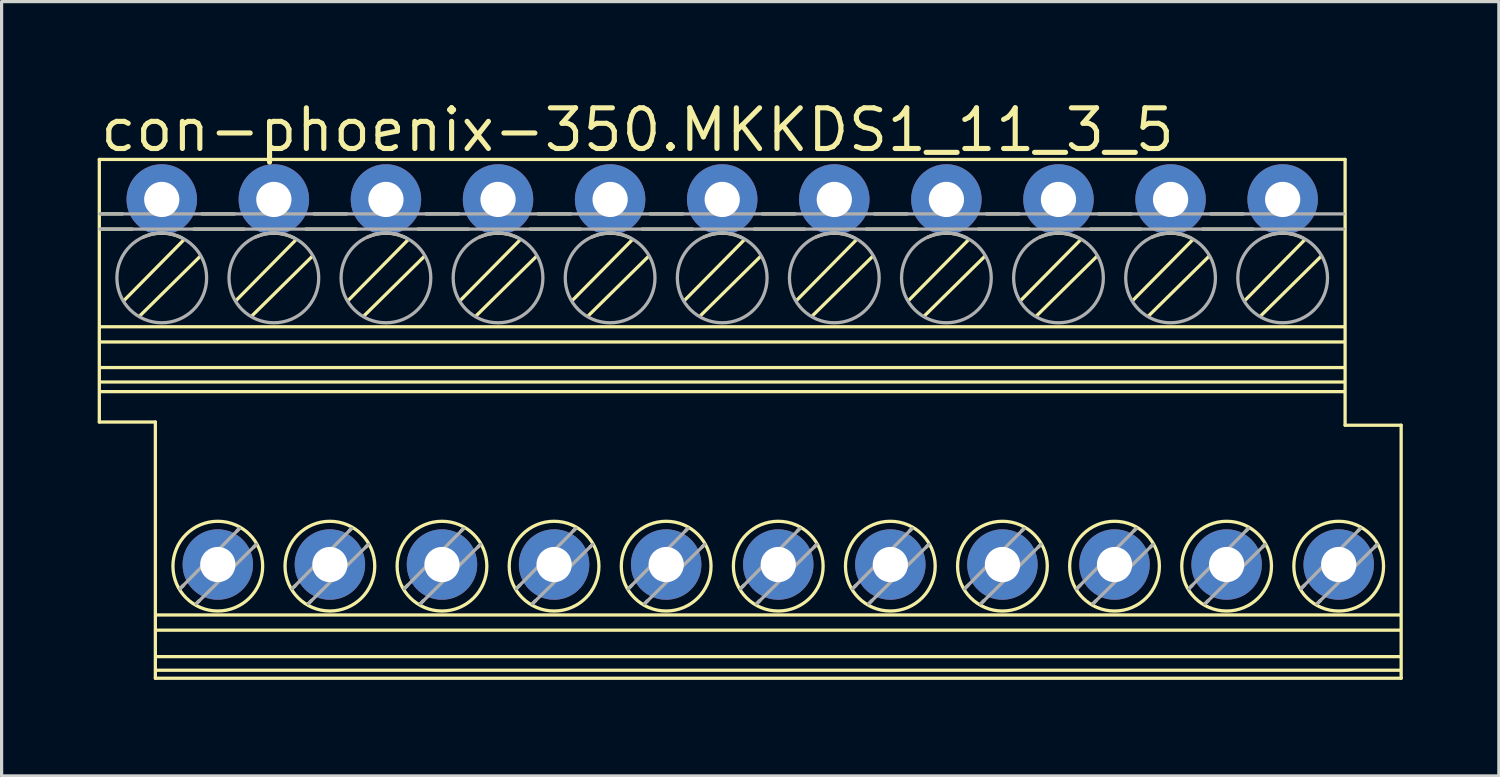
<source format=kicad_pcb>
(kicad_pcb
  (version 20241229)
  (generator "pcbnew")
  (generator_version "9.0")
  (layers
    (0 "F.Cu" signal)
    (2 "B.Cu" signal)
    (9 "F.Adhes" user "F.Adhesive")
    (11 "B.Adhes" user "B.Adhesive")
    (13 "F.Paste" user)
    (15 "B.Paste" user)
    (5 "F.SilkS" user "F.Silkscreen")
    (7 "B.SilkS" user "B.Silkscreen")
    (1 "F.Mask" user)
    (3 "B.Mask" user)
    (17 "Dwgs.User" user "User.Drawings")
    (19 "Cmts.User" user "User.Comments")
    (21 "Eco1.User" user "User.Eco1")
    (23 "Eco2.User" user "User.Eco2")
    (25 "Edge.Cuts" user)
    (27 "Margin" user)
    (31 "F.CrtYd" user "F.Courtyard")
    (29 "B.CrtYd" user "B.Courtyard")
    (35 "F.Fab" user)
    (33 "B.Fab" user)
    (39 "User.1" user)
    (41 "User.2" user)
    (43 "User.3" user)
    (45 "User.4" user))
  (footprint "con-phoenix-350.MKKDS1_11_3_5"
    (layer "F.Cu")
    (at 19.501 10.028)
    (property "Reference" "con-phoenix-350.MKKDS1_11_3_5" (at -19.501 -8.278 0) (layer "F.SilkS") (effects (font (size 1.27 1.27) (thickness 0.16)) (justify left bottom)))
    (attr through_hole)
    (fp_line (start -19.45 -8.1) (end 19.45 -8.1) (stroke (width 0.102) (type default)) (layer "F.SilkS"))
    (fp_line (start -19.45 0.1) (end -19.45 -8.1) (stroke (width 0.102) (type default)) (layer "F.SilkS"))
    (fp_line (start -19.425 -6.4) (end -18.725 -6.4) (stroke (width 0.102) (type default)) (layer "F.SilkS"))
    (fp_line (start -19.425 -5.925) (end -18.425 -5.925) (stroke (width 0.102) (type default)) (layer "F.SilkS"))
    (fp_line (start -19.4 -2.875) (end 19.425 -2.875) (stroke (width 0.102) (type default)) (layer "F.SilkS"))
    (fp_line (start -19.4 -2.4) (end 19.425 -2.4) (stroke (width 0.102) (type default)) (layer "F.SilkS"))
    (fp_line (start -19.4 -1.6) (end 19.425 -1.6) (stroke (width 0.102) (type default)) (layer "F.SilkS"))
    (fp_line (start -19.4 -0.85) (end 19.425 -0.85) (stroke (width 0.102) (type default)) (layer "F.SilkS"))
    (fp_line (start -18.675 -3.7) (end -16.825 -5.575) (stroke (width 0.102) (type default)) (layer "F.SilkS"))
    (fp_line (start -18.175 -3.225) (end -16.3 -5.075) (stroke (width 0.102) (type default)) (layer "F.SilkS"))
    (fp_line (start -17.7 0.1) (end -19.45 0.1) (stroke (width 0.102) (type default)) (layer "F.SilkS"))
    (fp_line (start -17.7 8.1) (end -17.7 0.1) (stroke (width 0.102) (type default)) (layer "F.SilkS"))
    (fp_line (start -17.65 6.125) (end 21.175 6.125) (stroke (width 0.102) (type default)) (layer "F.SilkS"))
    (fp_line (start -17.65 6.6) (end 21.175 6.6) (stroke (width 0.102) (type default)) (layer "F.SilkS"))
    (fp_line (start -17.65 7.425) (end 21.175 7.425) (stroke (width 0.102) (type default)) (layer "F.SilkS"))
    (fp_line (start -17.65 7.85) (end 21.175 7.85) (stroke (width 0.102) (type default)) (layer "F.SilkS"))
    (fp_line (start -16.925 5.3) (end -16.825 5.2) (stroke (width 0.102) (type default)) (layer "F.SilkS"))
    (fp_line (start -16.5 -5.925) (end -14.925 -5.925) (stroke (width 0.102) (type default)) (layer "F.SilkS"))
    (fp_line (start -16.425 5.775) (end -16.325 5.675) (stroke (width 0.102) (type default)) (layer "F.SilkS"))
    (fp_line (start -16.25 -6.4) (end -15.225 -6.4) (stroke (width 0.102) (type default)) (layer "F.SilkS"))
    (fp_line (start -15.175 -3.7) (end -13.325 -5.575) (stroke (width 0.102) (type default)) (layer "F.SilkS"))
    (fp_line (start -15.15 3.5) (end -15.075 3.425) (stroke (width 0.102) (type default)) (layer "F.SilkS"))
    (fp_line (start -14.675 -3.225) (end -12.8 -5.075) (stroke (width 0.102) (type default)) (layer "F.SilkS"))
    (fp_line (start -14.625 4) (end -14.55 3.925) (stroke (width 0.102) (type default)) (layer "F.SilkS"))
    (fp_line (start -13.425 5.3) (end -13.325 5.2) (stroke (width 0.102) (type default)) (layer "F.SilkS"))
    (fp_line (start -13 -5.925) (end -11.425 -5.925) (stroke (width 0.102) (type default)) (layer "F.SilkS"))
    (fp_line (start -12.925 5.775) (end -12.825 5.675) (stroke (width 0.102) (type default)) (layer "F.SilkS"))
    (fp_line (start -12.75 -6.4) (end -11.725 -6.4) (stroke (width 0.102) (type default)) (layer "F.SilkS"))
    (fp_line (start -11.675 -3.7) (end -9.825 -5.575) (stroke (width 0.102) (type default)) (layer "F.SilkS"))
    (fp_line (start -11.65 3.5) (end -11.575 3.425) (stroke (width 0.102) (type default)) (layer "F.SilkS"))
    (fp_line (start -11.175 -3.225) (end -9.3 -5.075) (stroke (width 0.102) (type default)) (layer "F.SilkS"))
    (fp_line (start -11.125 4) (end -11.05 3.925) (stroke (width 0.102) (type default)) (layer "F.SilkS"))
    (fp_line (start -9.925 5.3) (end -9.825 5.2) (stroke (width 0.102) (type default)) (layer "F.SilkS"))
    (fp_line (start -9.5 -5.925) (end -7.925 -5.925) (stroke (width 0.102) (type default)) (layer "F.SilkS"))
    (fp_line (start -9.425 5.775) (end -9.325 5.675) (stroke (width 0.102) (type default)) (layer "F.SilkS"))
    (fp_line (start -9.25 -6.4) (end -8.225 -6.4) (stroke (width 0.102) (type default)) (layer "F.SilkS"))
    (fp_line (start -8.175 -3.7) (end -6.325 -5.575) (stroke (width 0.102) (type default)) (layer "F.SilkS"))
    (fp_line (start -8.15 3.5) (end -8.075 3.425) (stroke (width 0.102) (type default)) (layer "F.SilkS"))
    (fp_line (start -7.675 -3.225) (end -5.8 -5.075) (stroke (width 0.102) (type default)) (layer "F.SilkS"))
    (fp_line (start -7.625 4) (end -7.55 3.925) (stroke (width 0.102) (type default)) (layer "F.SilkS"))
    (fp_line (start -6.425 5.3) (end -6.325 5.2) (stroke (width 0.102) (type default)) (layer "F.SilkS"))
    (fp_line (start -6 -5.925) (end -4.425 -5.925) (stroke (width 0.102) (type default)) (layer "F.SilkS"))
    (fp_line (start -5.925 5.775) (end -5.825 5.675) (stroke (width 0.102) (type default)) (layer "F.SilkS"))
    (fp_line (start -5.75 -6.4) (end -4.725 -6.4) (stroke (width 0.102) (type default)) (layer "F.SilkS"))
    (fp_line (start -4.675 -3.7) (end -2.825 -5.575) (stroke (width 0.102) (type default)) (layer "F.SilkS"))
    (fp_line (start -4.65 3.5) (end -4.575 3.425) (stroke (width 0.102) (type default)) (layer "F.SilkS"))
    (fp_line (start -4.175 -3.225) (end -2.3 -5.075) (stroke (width 0.102) (type default)) (layer "F.SilkS"))
    (fp_line (start -4.125 4) (end -4.05 3.925) (stroke (width 0.102) (type default)) (layer "F.SilkS"))
    (fp_line (start -2.925 5.3) (end -2.825 5.2) (stroke (width 0.102) (type default)) (layer "F.SilkS"))
    (fp_line (start -2.5 -5.925) (end -0.925 -5.925) (stroke (width 0.102) (type default)) (layer "F.SilkS"))
    (fp_line (start -2.425 5.775) (end -2.325 5.675) (stroke (width 0.102) (type default)) (layer "F.SilkS"))
    (fp_line (start -2.25 -6.4) (end -1.225 -6.4) (stroke (width 0.102) (type default)) (layer "F.SilkS"))
    (fp_line (start -1.175 -3.7) (end 0.675 -5.575) (stroke (width 0.102) (type default)) (layer "F.SilkS"))
    (fp_line (start -1.15 3.5) (end -1.075 3.425) (stroke (width 0.102) (type default)) (layer "F.SilkS"))
    (fp_line (start -0.675 -3.225) (end 1.2 -5.075) (stroke (width 0.102) (type default)) (layer "F.SilkS"))
    (fp_line (start -0.625 4) (end -0.55 3.925) (stroke (width 0.102) (type default)) (layer "F.SilkS"))
    (fp_line (start 0.575 5.3) (end 0.675 5.2) (stroke (width 0.102) (type default)) (layer "F.SilkS"))
    (fp_line (start 1 -5.925) (end 2.575 -5.925) (stroke (width 0.102) (type default)) (layer "F.SilkS"))
    (fp_line (start 1.075 5.775) (end 1.175 5.675) (stroke (width 0.102) (type default)) (layer "F.SilkS"))
    (fp_line (start 1.25 -6.4) (end 2.275 -6.4) (stroke (width 0.102) (type default)) (layer "F.SilkS"))
    (fp_line (start 2.325 -3.7) (end 4.175 -5.575) (stroke (width 0.102) (type default)) (layer "F.SilkS"))
    (fp_line (start 2.35 3.5) (end 2.425 3.425) (stroke (width 0.102) (type default)) (layer "F.SilkS"))
    (fp_line (start 2.825 -3.225) (end 4.7 -5.075) (stroke (width 0.102) (type default)) (layer "F.SilkS"))
    (fp_line (start 2.875 4) (end 2.95 3.925) (stroke (width 0.102) (type default)) (layer "F.SilkS"))
    (fp_line (start 4.075 5.3) (end 4.175 5.2) (stroke (width 0.102) (type default)) (layer "F.SilkS"))
    (fp_line (start 4.5 -5.925) (end 6.075 -5.925) (stroke (width 0.102) (type default)) (layer "F.SilkS"))
    (fp_line (start 4.575 5.775) (end 4.675 5.675) (stroke (width 0.102) (type default)) (layer "F.SilkS"))
    (fp_line (start 4.75 -6.4) (end 5.775 -6.4) (stroke (width 0.102) (type default)) (layer "F.SilkS"))
    (fp_line (start 5.825 -3.7) (end 7.675 -5.575) (stroke (width 0.102) (type default)) (layer "F.SilkS"))
    (fp_line (start 5.85 3.5) (end 5.925 3.425) (stroke (width 0.102) (type default)) (layer "F.SilkS"))
    (fp_line (start 6.325 -3.225) (end 8.2 -5.075) (stroke (width 0.102) (type default)) (layer "F.SilkS"))
    (fp_line (start 6.375 4) (end 6.45 3.925) (stroke (width 0.102) (type default)) (layer "F.SilkS"))
    (fp_line (start 7.575 5.3) (end 7.675 5.2) (stroke (width 0.102) (type default)) (layer "F.SilkS"))
    (fp_line (start 8 -5.925) (end 9.575 -5.925) (stroke (width 0.102) (type default)) (layer "F.SilkS"))
    (fp_line (start 8.075 5.775) (end 8.175 5.675) (stroke (width 0.102) (type default)) (layer "F.SilkS"))
    (fp_line (start 8.25 -6.4) (end 9.275 -6.4) (stroke (width 0.102) (type default)) (layer "F.SilkS"))
    (fp_line (start 9.325 -3.7) (end 11.175 -5.575) (stroke (width 0.102) (type default)) (layer "F.SilkS"))
    (fp_line (start 9.35 3.5) (end 9.425 3.425) (stroke (width 0.102) (type default)) (layer "F.SilkS"))
    (fp_line (start 9.825 -3.225) (end 11.7 -5.075) (stroke (width 0.102) (type default)) (layer "F.SilkS"))
    (fp_line (start 9.875 4) (end 9.95 3.925) (stroke (width 0.102) (type default)) (layer "F.SilkS"))
    (fp_line (start 11.075 5.3) (end 11.175 5.2) (stroke (width 0.102) (type default)) (layer "F.SilkS"))
    (fp_line (start 11.5 -5.925) (end 13.075 -5.925) (stroke (width 0.102) (type default)) (layer "F.SilkS"))
    (fp_line (start 11.575 5.775) (end 11.675 5.675) (stroke (width 0.102) (type default)) (layer "F.SilkS"))
    (fp_line (start 11.75 -6.4) (end 12.775 -6.4) (stroke (width 0.102) (type default)) (layer "F.SilkS"))
    (fp_line (start 12.825 -3.7) (end 14.675 -5.575) (stroke (width 0.102) (type default)) (layer "F.SilkS"))
    (fp_line (start 12.85 3.5) (end 12.925 3.425) (stroke (width 0.102) (type default)) (layer "F.SilkS"))
    (fp_line (start 13.325 -3.225) (end 15.2 -5.075) (stroke (width 0.102) (type default)) (layer "F.SilkS"))
    (fp_line (start 13.375 4) (end 13.45 3.925) (stroke (width 0.102) (type default)) (layer "F.SilkS"))
    (fp_line (start 14.575 5.3) (end 14.675 5.2) (stroke (width 0.102) (type default)) (layer "F.SilkS"))
    (fp_line (start 15 -5.925) (end 16.575 -5.925) (stroke (width 0.102) (type default)) (layer "F.SilkS"))
    (fp_line (start 15.075 5.775) (end 15.175 5.675) (stroke (width 0.102) (type default)) (layer "F.SilkS"))
    (fp_line (start 15.25 -6.4) (end 16.275 -6.4) (stroke (width 0.102) (type default)) (layer "F.SilkS"))
    (fp_line (start 16.325 -3.7) (end 18.175 -5.575) (stroke (width 0.102) (type default)) (layer "F.SilkS"))
    (fp_line (start 16.35 3.5) (end 16.425 3.425) (stroke (width 0.102) (type default)) (layer "F.SilkS"))
    (fp_line (start 16.825 -3.225) (end 18.7 -5.075) (stroke (width 0.102) (type default)) (layer "F.SilkS"))
    (fp_line (start 16.875 4) (end 16.95 3.925) (stroke (width 0.102) (type default)) (layer "F.SilkS"))
    (fp_line (start 18.075 5.3) (end 18.175 5.2) (stroke (width 0.102) (type default)) (layer "F.SilkS"))
    (fp_line (start 18.575 5.775) (end 18.675 5.675) (stroke (width 0.102) (type default)) (layer "F.SilkS"))
    (fp_line (start 19.425 -1.15) (end -19.4 -1.15) (stroke (width 0.102) (type default)) (layer "F.SilkS"))
    (fp_line (start 19.45 -8.1) (end 19.45 0.2) (stroke (width 0.102) (type default)) (layer "F.SilkS"))
    (fp_line (start 19.45 0.2) (end 21.2 0.2) (stroke (width 0.102) (type default)) (layer "F.SilkS"))
    (fp_line (start 19.85 3.5) (end 19.925 3.425) (stroke (width 0.102) (type default)) (layer "F.SilkS"))
    (fp_line (start 20.375 4) (end 20.45 3.925) (stroke (width 0.102) (type default)) (layer "F.SilkS"))
    (fp_line (start 21.2 0.2) (end 21.2 8.1) (stroke (width 0.102) (type default)) (layer "F.SilkS"))
    (fp_line (start 21.2 8.1) (end -17.7 8.1) (stroke (width 0.102) (type default)) (layer "F.SilkS"))
    (fp_arc (start -18.075 -5.675) (mid -17.472184 -5.797679) (end -16.875 -5.65) (stroke (width 0.1016) (type default)) (layer "F.SilkS"))
    (fp_arc (start -14.575 -5.675) (mid -13.972184 -5.797679) (end -13.375 -5.65) (stroke (width 0.1016) (type default)) (layer "F.SilkS"))
    (fp_arc (start -11.075 -5.675) (mid -10.472184 -5.797679) (end -9.875 -5.65) (stroke (width 0.1016) (type default)) (layer "F.SilkS"))
    (fp_arc (start -7.575 -5.675) (mid -6.972184 -5.797679) (end -6.375 -5.65) (stroke (width 0.1016) (type default)) (layer "F.SilkS"))
    (fp_arc (start -4.075 -5.675) (mid -3.472184 -5.797679) (end -2.875 -5.65) (stroke (width 0.1016) (type default)) (layer "F.SilkS"))
    (fp_arc (start -0.575 -5.675) (mid 0.027816 -5.797679) (end 0.625 -5.65) (stroke (width 0.1016) (type default)) (layer "F.SilkS"))
    (fp_arc (start 2.925 -5.675) (mid 3.527816 -5.797679) (end 4.125 -5.65) (stroke (width 0.1016) (type default)) (layer "F.SilkS"))
    (fp_arc (start 6.425 -5.675) (mid 7.027816 -5.797679) (end 7.625 -5.65) (stroke (width 0.1016) (type default)) (layer "F.SilkS"))
    (fp_arc (start 9.925 -5.675) (mid 10.527816 -5.797679) (end 11.125 -5.65) (stroke (width 0.1016) (type default)) (layer "F.SilkS"))
    (fp_arc (start 13.425 -5.675) (mid 14.027816 -5.797679) (end 14.625 -5.65) (stroke (width 0.1016) (type default)) (layer "F.SilkS"))
    (fp_arc (start 16.925 -5.675) (mid 17.527816 -5.797679) (end 18.125 -5.65) (stroke (width 0.1016) (type default)) (layer "F.SilkS"))
    (fp_circle (center -15.75 4.6) (end -14.349 4.6) (stroke (width 0.102) (type default)) (fill no) (layer "F.SilkS"))
    (fp_circle (center -12.25 4.6) (end -10.849 4.6) (stroke (width 0.102) (type default)) (fill no) (layer "F.SilkS"))
    (fp_circle (center -8.75 4.6) (end -7.349 4.6) (stroke (width 0.102) (type default)) (fill no) (layer "F.SilkS"))
    (fp_circle (center -5.25 4.6) (end -3.849 4.6) (stroke (width 0.102) (type default)) (fill no) (layer "F.SilkS"))
    (fp_circle (center -1.75 4.6) (end -0.349 4.6) (stroke (width 0.102) (type default)) (fill no) (layer "F.SilkS"))
    (fp_circle (center 1.75 4.6) (end 3.151 4.6) (stroke (width 0.102) (type default)) (fill no) (layer "F.SilkS"))
    (fp_circle (center 5.25 4.6) (end 6.651 4.6) (stroke (width 0.102) (type default)) (fill no) (layer "F.SilkS"))
    (fp_circle (center 8.75 4.6) (end 10.151 4.6) (stroke (width 0.102) (type default)) (fill no) (layer "F.SilkS"))
    (fp_circle (center 12.25 4.6) (end 13.651 4.6) (stroke (width 0.102) (type default)) (fill no) (layer "F.SilkS"))
    (fp_circle (center 15.75 4.6) (end 17.151 4.6) (stroke (width 0.102) (type default)) (fill no) (layer "F.SilkS"))
    (fp_circle (center 19.25 4.6) (end 20.651 4.6) (stroke (width 0.102) (type default)) (fill no) (layer "F.SilkS"))
    (fp_line (start -19.425 -6.4) (end 19.4 -6.4) (stroke (width 0.102) (type default)) (layer "F.Fab"))
    (fp_line (start -19.425 -5.925) (end 19.4 -5.925) (stroke (width 0.102) (type default)) (layer "F.Fab"))
    (fp_line (start -16.925 5.3) (end -15.075 3.425) (stroke (width 0.102) (type default)) (layer "F.Fab"))
    (fp_line (start -16.425 5.775) (end -14.55 3.925) (stroke (width 0.102) (type default)) (layer "F.Fab"))
    (fp_line (start -13.425 5.3) (end -11.575 3.425) (stroke (width 0.102) (type default)) (layer "F.Fab"))
    (fp_line (start -12.925 5.775) (end -11.05 3.925) (stroke (width 0.102) (type default)) (layer "F.Fab"))
    (fp_line (start -9.925 5.3) (end -8.075 3.425) (stroke (width 0.102) (type default)) (layer "F.Fab"))
    (fp_line (start -9.425 5.775) (end -7.55 3.925) (stroke (width 0.102) (type default)) (layer "F.Fab"))
    (fp_line (start -6.425 5.3) (end -4.575 3.425) (stroke (width 0.102) (type default)) (layer "F.Fab"))
    (fp_line (start -5.925 5.775) (end -4.05 3.925) (stroke (width 0.102) (type default)) (layer "F.Fab"))
    (fp_line (start -2.925 5.3) (end -1.075 3.425) (stroke (width 0.102) (type default)) (layer "F.Fab"))
    (fp_line (start -2.425 5.775) (end -0.55 3.925) (stroke (width 0.102) (type default)) (layer "F.Fab"))
    (fp_line (start 0.575 5.3) (end 2.425 3.425) (stroke (width 0.102) (type default)) (layer "F.Fab"))
    (fp_line (start 1.075 5.775) (end 2.95 3.925) (stroke (width 0.102) (type default)) (layer "F.Fab"))
    (fp_line (start 4.075 5.3) (end 5.925 3.425) (stroke (width 0.102) (type default)) (layer "F.Fab"))
    (fp_line (start 4.575 5.775) (end 6.45 3.925) (stroke (width 0.102) (type default)) (layer "F.Fab"))
    (fp_line (start 7.575 5.3) (end 9.425 3.425) (stroke (width 0.102) (type default)) (layer "F.Fab"))
    (fp_line (start 8.075 5.775) (end 9.95 3.925) (stroke (width 0.102) (type default)) (layer "F.Fab"))
    (fp_line (start 11.075 5.3) (end 12.925 3.425) (stroke (width 0.102) (type default)) (layer "F.Fab"))
    (fp_line (start 11.575 5.775) (end 13.45 3.925) (stroke (width 0.102) (type default)) (layer "F.Fab"))
    (fp_line (start 14.575 5.3) (end 16.425 3.425) (stroke (width 0.102) (type default)) (layer "F.Fab"))
    (fp_line (start 15.075 5.775) (end 16.95 3.925) (stroke (width 0.102) (type default)) (layer "F.Fab"))
    (fp_line (start 18.075 5.3) (end 19.925 3.425) (stroke (width 0.102) (type default)) (layer "F.Fab"))
    (fp_line (start 18.575 5.775) (end 20.45 3.925) (stroke (width 0.102) (type default)) (layer "F.Fab"))
    (fp_circle (center -17.5 -4.4) (end -16.099 -4.4) (stroke (width 0.102) (type default)) (fill no) (layer "F.Fab"))
    (fp_circle (center -14 -4.4) (end -12.599 -4.4) (stroke (width 0.102) (type default)) (fill no) (layer "F.Fab"))
    (fp_circle (center -10.5 -4.4) (end -9.099 -4.4) (stroke (width 0.102) (type default)) (fill no) (layer "F.Fab"))
    (fp_circle (center -7 -4.4) (end -5.599 -4.4) (stroke (width 0.102) (type default)) (fill no) (layer "F.Fab"))
    (fp_circle (center -3.5 -4.4) (end -2.099 -4.4) (stroke (width 0.102) (type default)) (fill no) (layer "F.Fab"))
    (fp_circle (center 0 -4.4) (end 1.401 -4.4) (stroke (width 0.102) (type default)) (fill no) (layer "F.Fab"))
    (fp_circle (center 3.5 -4.4) (end 4.901 -4.4) (stroke (width 0.102) (type default)) (fill no) (layer "F.Fab"))
    (fp_circle (center 7 -4.4) (end 8.401 -4.4) (stroke (width 0.102) (type default)) (fill no) (layer "F.Fab"))
    (fp_circle (center 10.5 -4.4) (end 11.901 -4.4) (stroke (width 0.102) (type default)) (fill no) (layer "F.Fab"))
    (fp_circle (center 14 -4.4) (end 15.401 -4.4) (stroke (width 0.102) (type default)) (fill no) (layer "F.Fab"))
    (fp_circle (center 17.5 -4.4) (end 18.901 -4.4) (stroke (width 0.102) (type default)) (fill no) (layer "F.Fab"))
    (pad "1" thru_hole circle (at -17.5 -6.85) (size 2.2 2.2) (drill 1.1) (layers "*.Cu" "*.Mask"))
    (pad "2" thru_hole circle (at -15.75 4.55) (size 2.2 2.2) (drill 1.1) (layers "*.Cu" "*.Mask"))
    (pad "3" thru_hole circle (at -14 -6.85) (size 2.2 2.2) (drill 1.1) (layers "*.Cu" "*.Mask"))
    (pad "4" thru_hole circle (at -12.25 4.55) (size 2.2 2.2) (drill 1.1) (layers "*.Cu" "*.Mask"))
    (pad "5" thru_hole circle (at -10.5 -6.85) (size 2.2 2.2) (drill 1.1) (layers "*.Cu" "*.Mask"))
    (pad "6" thru_hole circle (at -8.75 4.55) (size 2.2 2.2) (drill 1.1) (layers "*.Cu" "*.Mask"))
    (pad "7" thru_hole circle (at -7 -6.85) (size 2.2 2.2) (drill 1.1) (layers "*.Cu" "*.Mask"))
    (pad "8" thru_hole circle (at -5.25 4.55) (size 2.2 2.2) (drill 1.1) (layers "*.Cu" "*.Mask"))
    (pad "9" thru_hole circle (at -3.5 -6.85) (size 2.2 2.2) (drill 1.1) (layers "*.Cu" "*.Mask"))
    (pad "10" thru_hole circle (at -1.75 4.55) (size 2.2 2.2) (drill 1.1) (layers "*.Cu" "*.Mask"))
    (pad "11" thru_hole circle (at 0 -6.85) (size 2.2 2.2) (drill 1.1) (layers "*.Cu" "*.Mask"))
    (pad "12" thru_hole circle (at 1.75 4.55) (size 2.2 2.2) (drill 1.1) (layers "*.Cu" "*.Mask"))
    (pad "13" thru_hole circle (at 3.5 -6.85) (size 2.2 2.2) (drill 1.1) (layers "*.Cu" "*.Mask"))
    (pad "14" thru_hole circle (at 5.25 4.55) (size 2.2 2.2) (drill 1.1) (layers "*.Cu" "*.Mask"))
    (pad "15" thru_hole circle (at 7 -6.85) (size 2.2 2.2) (drill 1.1) (layers "*.Cu" "*.Mask"))
    (pad "16" thru_hole circle (at 8.75 4.55) (size 2.2 2.2) (drill 1.1) (layers "*.Cu" "*.Mask"))
    (pad "17" thru_hole circle (at 10.5 -6.85) (size 2.2 2.2) (drill 1.1) (layers "*.Cu" "*.Mask"))
    (pad "18" thru_hole circle (at 12.25 4.55) (size 2.2 2.2) (drill 1.1) (layers "*.Cu" "*.Mask"))
    (pad "19" thru_hole circle (at 14 -6.85) (size 2.2 2.2) (drill 1.1) (layers "*.Cu" "*.Mask"))
    (pad "20" thru_hole circle (at 15.75 4.55) (size 2.2 2.2) (drill 1.1) (layers "*.Cu" "*.Mask"))
    (pad "21" thru_hole circle (at 17.5 -6.85) (size 2.2 2.2) (drill 1.1) (layers "*.Cu" "*.Mask"))
    (pad "22" thru_hole circle (at 19.25 4.55) (size 2.2 2.2) (drill 1.1) (layers "*.Cu" "*.Mask")))
  (gr_rect
    (start -3 -3)
    (end 43.752 21.179)
    (stroke (width 0.1) (type default))
    (fill no)
    (layer "Edge.Cuts")))
</source>
